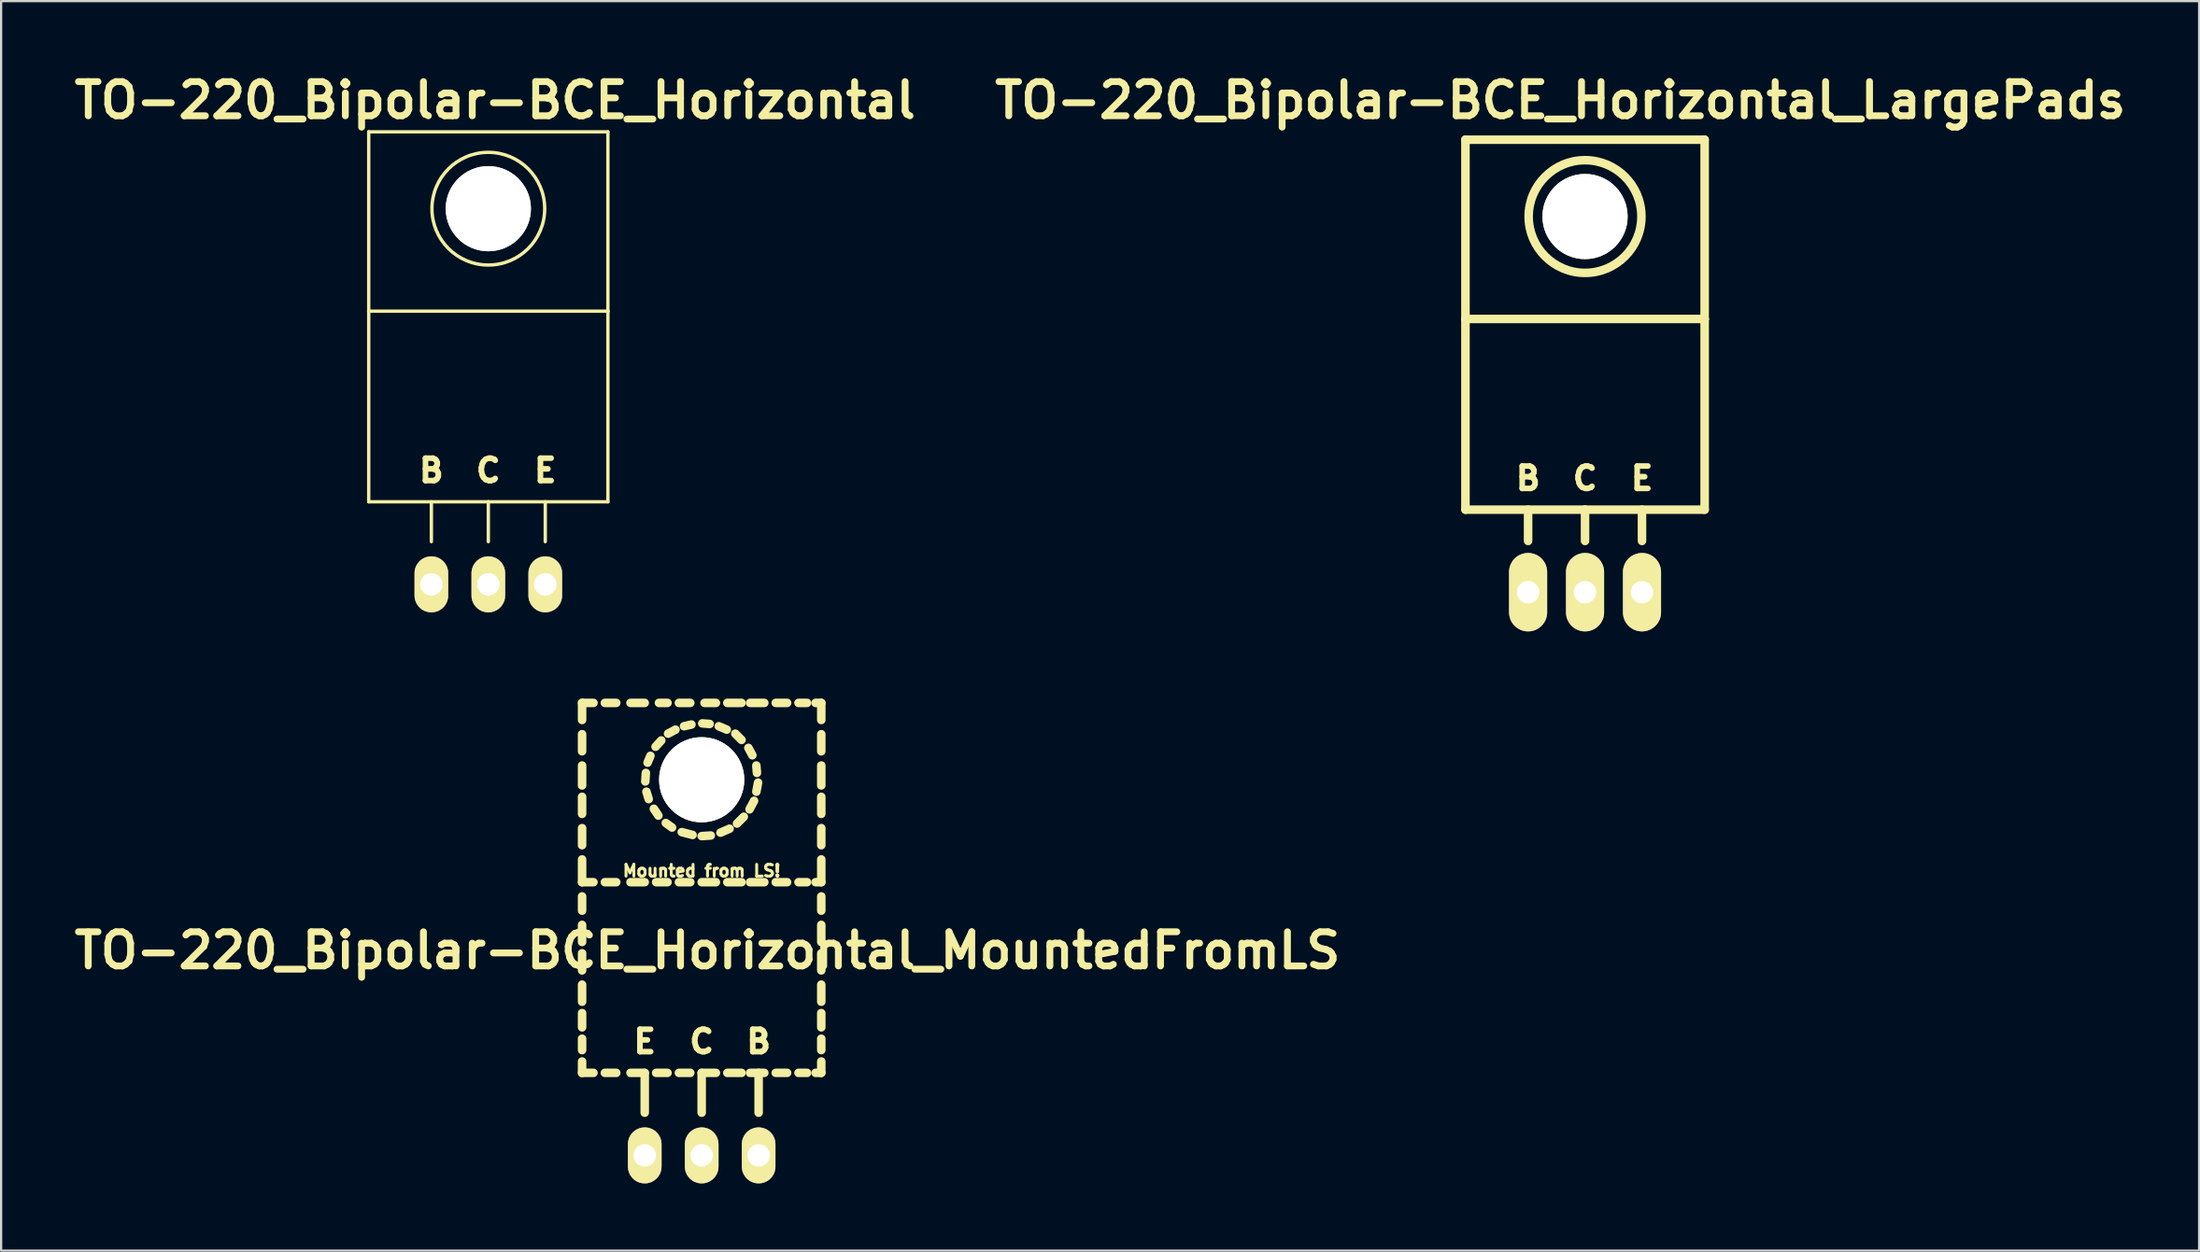
<source format=kicad_pcb>
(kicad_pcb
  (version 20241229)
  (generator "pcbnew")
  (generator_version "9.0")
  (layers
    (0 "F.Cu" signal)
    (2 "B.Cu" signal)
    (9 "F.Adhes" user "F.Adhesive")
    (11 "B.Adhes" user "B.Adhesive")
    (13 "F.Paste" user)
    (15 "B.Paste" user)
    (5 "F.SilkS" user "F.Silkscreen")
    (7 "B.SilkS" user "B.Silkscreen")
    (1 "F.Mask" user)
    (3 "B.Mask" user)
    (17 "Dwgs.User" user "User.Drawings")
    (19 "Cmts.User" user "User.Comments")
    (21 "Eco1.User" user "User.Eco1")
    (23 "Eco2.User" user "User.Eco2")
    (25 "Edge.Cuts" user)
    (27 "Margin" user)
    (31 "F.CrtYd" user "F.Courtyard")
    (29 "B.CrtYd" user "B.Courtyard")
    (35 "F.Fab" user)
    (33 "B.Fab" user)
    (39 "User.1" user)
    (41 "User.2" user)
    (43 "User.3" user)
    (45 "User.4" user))
  (footprint "TO-220_Bipolar-BCE_Horizontal_LargePads"
    (layer "F.Cu")
    (at 67.643 23.377)
    (property "Reference" "TO-220_Bipolar-BCE_Horizontal_LargePads" (at -1.1 -21.951 0) (layer "F.SilkS") (effects (font (size 1.524 1.524) (thickness 0.305))))
    (attr through_hole)
    (fp_line (start -5.334 -20.193) (end -5.334 -12.192) (stroke (width 0.381) (type solid)) (layer "F.SilkS"))
    (fp_line (start -5.334 -12.192) (end -5.334 -3.683) (stroke (width 0.381) (type solid)) (layer "F.SilkS"))
    (fp_line (start -2.54 -3.683) (end -2.54 -2.286) (stroke (width 0.381) (type solid)) (layer "F.SilkS"))
    (fp_line (start 0 -3.683) (end -5.334 -3.683) (stroke (width 0.381) (type solid)) (layer "F.SilkS"))
    (fp_line (start 0 -3.683) (end 0 -2.286) (stroke (width 0.381) (type solid)) (layer "F.SilkS"))
    (fp_line (start 0 -3.683) (end 5.334 -3.683) (stroke (width 0.381) (type solid)) (layer "F.SilkS"))
    (fp_line (start 2.54 -3.683) (end 2.54 -2.286) (stroke (width 0.381) (type solid)) (layer "F.SilkS"))
    (fp_line (start 5.334 -20.193) (end -5.334 -20.193) (stroke (width 0.381) (type solid)) (layer "F.SilkS"))
    (fp_line (start 5.334 -12.192) (end -5.334 -12.192) (stroke (width 0.381) (type solid)) (layer "F.SilkS"))
    (fp_line (start 5.334 -12.192) (end 5.334 -20.193) (stroke (width 0.381) (type solid)) (layer "F.SilkS"))
    (fp_line (start 5.334 -3.683) (end 5.334 -12.192) (stroke (width 0.381) (type solid)) (layer "F.SilkS"))
    (fp_circle (center 0 -16.764) (end 1.778 -14.986) (stroke (width 0.381) (type solid)) (fill no) (layer "F.SilkS"))
    (fp_text user "B" (at -2.54 -5.08 0) (layer "F.SilkS") (effects (font (size 1.001 1.001) (thickness 0.251))))
    (fp_text user "C" (at 0 -5.08 0) (layer "F.SilkS") (effects (font (size 1.001 1.001) (thickness 0.251))))
    (fp_text user "E" (at 2.54 -5.08 0) (layer "F.SilkS") (effects (font (size 1.001 1.001) (thickness 0.251))))
    (pad "" np_thru_hole circle (at 0 -16.764 90) (size 3.8 3.8) (drill 3.8) (layers "*.Cu" "*.Mask" "F.SilkS"))
    (pad "B" thru_hole oval (at -2.54 0 90) (size 3.5 1.699) (drill 1.001) (layers "*.Cu" "*.Mask" "F.SilkS"))
    (pad "C" thru_hole oval (at 0 0 90) (size 3.5 1.699) (drill 1.001) (layers "*.Cu" "*.Mask" "F.SilkS"))
    (pad "E" thru_hole oval (at 2.54 0 90) (size 3.5 1.699) (drill 1.001) (layers "*.Cu" "*.Mask" "F.SilkS")))
  (footprint "TO-220_Bipolar-BCE_Horizontal"
    (layer "F.Cu")
    (at 18.729 23.027)
    (property "Reference" "TO-220_Bipolar-BCE_Horizontal" (at 0.3 -21.6 0) (layer "F.SilkS") (effects (font (size 1.524 1.524) (thickness 0.305))))
    (attr through_hole)
    (fp_line (start -5.334 -20.193) (end -5.334 -12.192) (stroke (width 0.15) (type solid)) (layer "F.SilkS"))
    (fp_line (start -5.334 -12.192) (end -5.334 -3.683) (stroke (width 0.15) (type solid)) (layer "F.SilkS"))
    (fp_line (start -2.54 -3.683) (end -2.54 -1.905) (stroke (width 0.15) (type solid)) (layer "F.SilkS"))
    (fp_line (start 0 -3.683) (end -5.334 -3.683) (stroke (width 0.15) (type solid)) (layer "F.SilkS"))
    (fp_line (start 0 -3.683) (end 0 -1.905) (stroke (width 0.15) (type solid)) (layer "F.SilkS"))
    (fp_line (start 0 -3.683) (end 5.334 -3.683) (stroke (width 0.15) (type solid)) (layer "F.SilkS"))
    (fp_line (start 2.54 -3.683) (end 2.54 -1.905) (stroke (width 0.15) (type solid)) (layer "F.SilkS"))
    (fp_line (start 5.334 -20.193) (end -5.334 -20.193) (stroke (width 0.15) (type solid)) (layer "F.SilkS"))
    (fp_line (start 5.334 -12.192) (end -5.334 -12.192) (stroke (width 0.15) (type solid)) (layer "F.SilkS"))
    (fp_line (start 5.334 -12.192) (end 5.334 -20.193) (stroke (width 0.15) (type solid)) (layer "F.SilkS"))
    (fp_line (start 5.334 -3.683) (end 5.334 -12.192) (stroke (width 0.15) (type solid)) (layer "F.SilkS"))
    (fp_circle (center 0 -16.764) (end 1.778 -14.986) (stroke (width 0.15) (type solid)) (fill no) (layer "F.SilkS"))
    (fp_text user "B" (at -2.54 -5.08 0) (layer "F.SilkS") (effects (font (size 1.001 1.001) (thickness 0.251))))
    (fp_text user "C" (at 0 -5.08 0) (layer "F.SilkS") (effects (font (size 1.001 1.001) (thickness 0.251))))
    (fp_text user "E" (at 2.54 -5.08 0) (layer "F.SilkS") (effects (font (size 1.001 1.001) (thickness 0.251))))
    (pad "" np_thru_hole circle (at 0 -16.764 90) (size 3.8 3.8) (drill 3.8) (layers "*.Cu" "*.Mask" "F.SilkS"))
    (pad "B" thru_hole oval (at -2.54 0 90) (size 2.499 1.501) (drill 1.001) (layers "*.Cu" "*.Mask" "F.SilkS"))
    (pad "C" thru_hole oval (at 0 0 90) (size 2.499 1.501) (drill 1.001) (layers "*.Cu" "*.Mask" "F.SilkS"))
    (pad "E" thru_hole oval (at 2.54 0 90) (size 2.499 1.501) (drill 1.001) (layers "*.Cu" "*.Mask" "F.SilkS")))
  (footprint "TO-220_Bipolar-BCE_Horizontal_MountedFromLS"
    (layer "F.Cu")
    (at 28.245 48.511)
    (property "Reference" "TO-220_Bipolar-BCE_Horizontal_MountedFromLS" (at 0.254 -9.144 0) (layer "F.SilkS") (effects (font (size 1.524 1.524) (thickness 0.305))))
    (attr through_hole)
    (fp_line (start -5.334 -20.193) (end -5.334 -19.431) (stroke (width 0.381) (type solid)) (layer "F.SilkS"))
    (fp_line (start -5.334 -20.193) (end -4.826 -20.193) (stroke (width 0.381) (type solid)) (layer "F.SilkS"))
    (fp_line (start -5.334 -18.796) (end -5.334 -18.034) (stroke (width 0.381) (type solid)) (layer "F.SilkS"))
    (fp_line (start -5.334 -17.399) (end -5.334 -16.51) (stroke (width 0.381) (type solid)) (layer "F.SilkS"))
    (fp_line (start -5.334 -16.002) (end -5.334 -15.24) (stroke (width 0.381) (type solid)) (layer "F.SilkS"))
    (fp_line (start -5.334 -14.605) (end -5.334 -13.843) (stroke (width 0.381) (type solid)) (layer "F.SilkS"))
    (fp_line (start -5.334 -13.208) (end -5.334 -12.192) (stroke (width 0.381) (type solid)) (layer "F.SilkS"))
    (fp_line (start -5.334 -12.192) (end -4.826 -12.192) (stroke (width 0.381) (type solid)) (layer "F.SilkS"))
    (fp_line (start -5.334 -11.557) (end -5.334 -10.922) (stroke (width 0.381) (type solid)) (layer "F.SilkS"))
    (fp_line (start -5.334 -10.287) (end -5.334 -9.525) (stroke (width 0.381) (type solid)) (layer "F.SilkS"))
    (fp_line (start -5.334 -9.017) (end -5.334 -8.255) (stroke (width 0.381) (type solid)) (layer "F.SilkS"))
    (fp_line (start -5.334 -7.62) (end -5.334 -6.858) (stroke (width 0.381) (type solid)) (layer "F.SilkS"))
    (fp_line (start -5.334 -6.35) (end -5.334 -5.715) (stroke (width 0.381) (type solid)) (layer "F.SilkS"))
    (fp_line (start -5.334 -5.207) (end -5.334 -4.699) (stroke (width 0.381) (type solid)) (layer "F.SilkS"))
    (fp_line (start -5.334 -4.191) (end -5.334 -3.683) (stroke (width 0.381) (type solid)) (layer "F.SilkS"))
    (fp_line (start -5.334 -3.683) (end -4.826 -3.683) (stroke (width 0.381) (type solid)) (layer "F.SilkS"))
    (fp_line (start -4.318 -20.193) (end -3.81 -20.193) (stroke (width 0.381) (type solid)) (layer "F.SilkS"))
    (fp_line (start -4.318 -12.192) (end -3.81 -12.192) (stroke (width 0.381) (type solid)) (layer "F.SilkS"))
    (fp_line (start -4.318 -3.683) (end -3.81 -3.683) (stroke (width 0.381) (type solid)) (layer "F.SilkS"))
    (fp_line (start -3.175 -20.193) (end -2.54 -20.193) (stroke (width 0.381) (type solid)) (layer "F.SilkS"))
    (fp_line (start -3.175 -12.192) (end -2.54 -12.192) (stroke (width 0.381) (type solid)) (layer "F.SilkS"))
    (fp_line (start -3.175 -3.683) (end -2.54 -3.683) (stroke (width 0.381) (type solid)) (layer "F.SilkS"))
    (fp_line (start -2.54 -3.683) (end -2.54 -1.905) (stroke (width 0.381) (type solid)) (layer "F.SilkS"))
    (fp_line (start -2.515 -16.688) (end -2.489 -17.069) (stroke (width 0.381) (type solid)) (layer "F.SilkS"))
    (fp_line (start -2.413 -17.526) (end -2.286 -17.831) (stroke (width 0.381) (type solid)) (layer "F.SilkS"))
    (fp_line (start -2.362 -15.9) (end -2.464 -16.231) (stroke (width 0.381) (type solid)) (layer "F.SilkS"))
    (fp_line (start -2.057 -18.237) (end -1.803 -18.517) (stroke (width 0.381) (type solid)) (layer "F.SilkS"))
    (fp_line (start -2.032 -12.192) (end -1.524 -12.192) (stroke (width 0.381) (type solid)) (layer "F.SilkS"))
    (fp_line (start -2.032 -3.683) (end -1.524 -3.683) (stroke (width 0.381) (type solid)) (layer "F.SilkS"))
    (fp_line (start -1.93 -15.164) (end -2.134 -15.469) (stroke (width 0.381) (type solid)) (layer "F.SilkS"))
    (fp_line (start -1.905 -20.193) (end -1.524 -20.193) (stroke (width 0.381) (type solid)) (layer "F.SilkS"))
    (fp_line (start -1.499 -18.821) (end -1.168 -18.999) (stroke (width 0.381) (type solid)) (layer "F.SilkS"))
    (fp_line (start -1.321 -14.63) (end -1.6 -14.834) (stroke (width 0.381) (type solid)) (layer "F.SilkS"))
    (fp_line (start -1.016 -20.193) (end -0.508 -20.193) (stroke (width 0.381) (type solid)) (layer "F.SilkS"))
    (fp_line (start -1.016 -12.192) (end -0.508 -12.192) (stroke (width 0.381) (type solid)) (layer "F.SilkS"))
    (fp_line (start -1.016 -3.683) (end -0.508 -3.683) (stroke (width 0.381) (type solid)) (layer "F.SilkS"))
    (fp_line (start -0.787 -19.152) (end -0.457 -19.228) (stroke (width 0.381) (type solid)) (layer "F.SilkS"))
    (fp_line (start -0.406 -14.3) (end -0.889 -14.427) (stroke (width 0.381) (type solid)) (layer "F.SilkS"))
    (fp_line (start 0 -12.192) (end 0.635 -12.192) (stroke (width 0.381) (type solid)) (layer "F.SilkS"))
    (fp_line (start 0 -3.683) (end 0 -1.905) (stroke (width 0.381) (type solid)) (layer "F.SilkS"))
    (fp_line (start 0 -3.683) (end 0.635 -3.683) (stroke (width 0.381) (type solid)) (layer "F.SilkS"))
    (fp_line (start 0.025 -19.279) (end 0.356 -19.253) (stroke (width 0.381) (type solid)) (layer "F.SilkS"))
    (fp_line (start 0.127 -20.193) (end 0.635 -20.193) (stroke (width 0.381) (type solid)) (layer "F.SilkS"))
    (fp_line (start 0.406 -14.275) (end 0 -14.249) (stroke (width 0.381) (type solid)) (layer "F.SilkS"))
    (fp_line (start 0.762 -19.152) (end 1.118 -18.999) (stroke (width 0.381) (type solid)) (layer "F.SilkS"))
    (fp_line (start 1.143 -20.193) (end 1.778 -20.193) (stroke (width 0.381) (type solid)) (layer "F.SilkS"))
    (fp_line (start 1.143 -12.192) (end 1.778 -12.192) (stroke (width 0.381) (type solid)) (layer "F.SilkS"))
    (fp_line (start 1.143 -3.683) (end 1.778 -3.683) (stroke (width 0.381) (type solid)) (layer "F.SilkS"))
    (fp_line (start 1.245 -14.58) (end 0.838 -14.402) (stroke (width 0.381) (type solid)) (layer "F.SilkS"))
    (fp_line (start 1.499 -18.821) (end 1.778 -18.542) (stroke (width 0.381) (type solid)) (layer "F.SilkS"))
    (fp_line (start 1.88 -15.113) (end 1.575 -14.808) (stroke (width 0.381) (type solid)) (layer "F.SilkS"))
    (fp_line (start 2.083 -18.186) (end 2.261 -17.856) (stroke (width 0.381) (type solid)) (layer "F.SilkS"))
    (fp_line (start 2.159 -20.193) (end 2.794 -20.193) (stroke (width 0.381) (type solid)) (layer "F.SilkS"))
    (fp_line (start 2.159 -12.192) (end 2.794 -12.192) (stroke (width 0.381) (type solid)) (layer "F.SilkS"))
    (fp_line (start 2.159 -3.683) (end 2.794 -3.683) (stroke (width 0.381) (type solid)) (layer "F.SilkS"))
    (fp_line (start 2.337 -15.824) (end 2.134 -15.443) (stroke (width 0.381) (type solid)) (layer "F.SilkS"))
    (fp_line (start 2.438 -17.399) (end 2.464 -17.069) (stroke (width 0.381) (type solid)) (layer "F.SilkS"))
    (fp_line (start 2.515 -16.637) (end 2.438 -16.231) (stroke (width 0.381) (type solid)) (layer "F.SilkS"))
    (fp_line (start 2.54 -3.683) (end 2.54 -1.905) (stroke (width 0.381) (type solid)) (layer "F.SilkS"))
    (fp_line (start 3.302 -20.193) (end 3.81 -20.193) (stroke (width 0.381) (type solid)) (layer "F.SilkS"))
    (fp_line (start 3.302 -12.192) (end 3.81 -12.192) (stroke (width 0.381) (type solid)) (layer "F.SilkS"))
    (fp_line (start 3.302 -3.683) (end 3.81 -3.683) (stroke (width 0.381) (type solid)) (layer "F.SilkS"))
    (fp_line (start 4.318 -20.193) (end 4.699 -20.193) (stroke (width 0.381) (type solid)) (layer "F.SilkS"))
    (fp_line (start 4.318 -12.192) (end 4.699 -12.192) (stroke (width 0.381) (type solid)) (layer "F.SilkS"))
    (fp_line (start 4.318 -3.683) (end 4.699 -3.683) (stroke (width 0.381) (type solid)) (layer "F.SilkS"))
    (fp_line (start 5.08 -20.193) (end 5.334 -20.193) (stroke (width 0.381) (type solid)) (layer "F.SilkS"))
    (fp_line (start 5.08 -12.192) (end 5.334 -12.192) (stroke (width 0.381) (type solid)) (layer "F.SilkS"))
    (fp_line (start 5.08 -3.683) (end 5.334 -3.683) (stroke (width 0.381) (type solid)) (layer "F.SilkS"))
    (fp_line (start 5.334 -20.193) (end 5.334 -19.431) (stroke (width 0.381) (type solid)) (layer "F.SilkS"))
    (fp_line (start 5.334 -18.796) (end 5.334 -18.034) (stroke (width 0.381) (type solid)) (layer "F.SilkS"))
    (fp_line (start 5.334 -17.399) (end 5.334 -16.51) (stroke (width 0.381) (type solid)) (layer "F.SilkS"))
    (fp_line (start 5.334 -16.002) (end 5.334 -15.24) (stroke (width 0.381) (type solid)) (layer "F.SilkS"))
    (fp_line (start 5.334 -14.605) (end 5.334 -13.843) (stroke (width 0.381) (type solid)) (layer "F.SilkS"))
    (fp_line (start 5.334 -13.208) (end 5.334 -12.192) (stroke (width 0.381) (type solid)) (layer "F.SilkS"))
    (fp_line (start 5.334 -11.557) (end 5.334 -10.922) (stroke (width 0.381) (type solid)) (layer "F.SilkS"))
    (fp_line (start 5.334 -10.287) (end 5.334 -9.525) (stroke (width 0.381) (type solid)) (layer "F.SilkS"))
    (fp_line (start 5.334 -9.017) (end 5.334 -8.255) (stroke (width 0.381) (type solid)) (layer "F.SilkS"))
    (fp_line (start 5.334 -7.62) (end 5.334 -6.858) (stroke (width 0.381) (type solid)) (layer "F.SilkS"))
    (fp_line (start 5.334 -6.35) (end 5.334 -5.715) (stroke (width 0.381) (type solid)) (layer "F.SilkS"))
    (fp_line (start 5.334 -5.207) (end 5.334 -4.699) (stroke (width 0.381) (type solid)) (layer "F.SilkS"))
    (fp_line (start 5.334 -4.191) (end 5.334 -3.683) (stroke (width 0.381) (type solid)) (layer "F.SilkS"))
    (fp_text user "B" (at 2.54 -5.08 0) (layer "F.SilkS") (effects (font (size 1.001 1.001) (thickness 0.251))))
    (fp_text user "C" (at 0 -5.08 0) (layer "F.SilkS") (effects (font (size 1.001 1.001) (thickness 0.251))))
    (fp_text user "E" (at -2.54 -5.08 0) (layer "F.SilkS") (effects (font (size 1.001 1.001) (thickness 0.251))))
    (fp_text user "Mounted from LS!" (at 0 -12.7 0) (layer "F.SilkS") (effects (font (size 0.523 0.523) (thickness 0.132))))
    (pad "" np_thru_hole circle (at 0 -16.764 90) (size 3.8 3.8) (drill 3.8) (layers "*.Cu" "*.Mask" "F.SilkS"))
    (pad "B" thru_hole oval (at 2.54 0 90) (size 2.499 1.501) (drill 1.001) (layers "*.Cu" "*.Mask" "F.SilkS"))
    (pad "C" thru_hole oval (at 0 0 90) (size 2.499 1.501) (drill 1.001) (layers "*.Cu" "*.Mask" "F.SilkS"))
    (pad "E" thru_hole oval (at -2.54 0 90) (size 2.499 1.501) (drill 1.001) (layers "*.Cu" "*.Mask" "F.SilkS")))
  (gr_rect
    (start -3 -3)
    (end 95.031 52.76)
    (stroke (width 0.1) (type default))
    (fill no)
    (layer "Edge.Cuts")))
</source>
